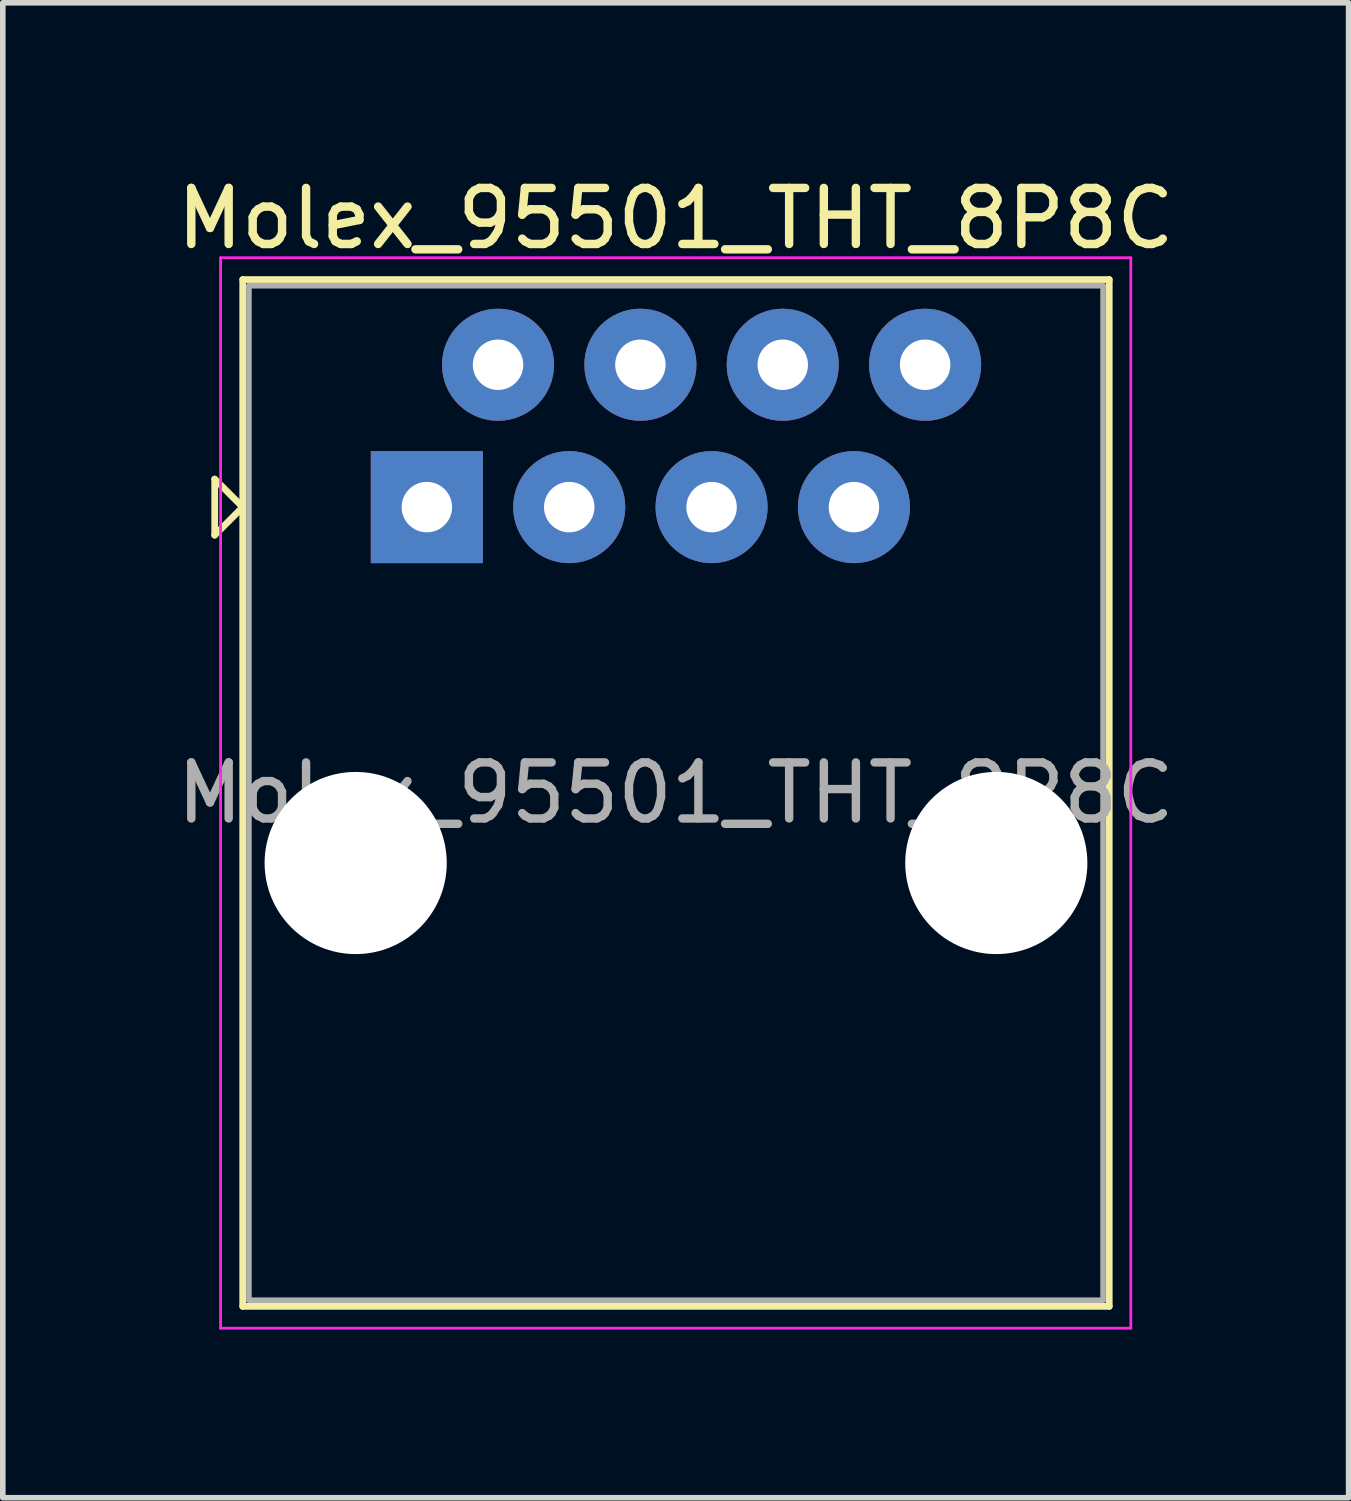
<source format=kicad_pcb>
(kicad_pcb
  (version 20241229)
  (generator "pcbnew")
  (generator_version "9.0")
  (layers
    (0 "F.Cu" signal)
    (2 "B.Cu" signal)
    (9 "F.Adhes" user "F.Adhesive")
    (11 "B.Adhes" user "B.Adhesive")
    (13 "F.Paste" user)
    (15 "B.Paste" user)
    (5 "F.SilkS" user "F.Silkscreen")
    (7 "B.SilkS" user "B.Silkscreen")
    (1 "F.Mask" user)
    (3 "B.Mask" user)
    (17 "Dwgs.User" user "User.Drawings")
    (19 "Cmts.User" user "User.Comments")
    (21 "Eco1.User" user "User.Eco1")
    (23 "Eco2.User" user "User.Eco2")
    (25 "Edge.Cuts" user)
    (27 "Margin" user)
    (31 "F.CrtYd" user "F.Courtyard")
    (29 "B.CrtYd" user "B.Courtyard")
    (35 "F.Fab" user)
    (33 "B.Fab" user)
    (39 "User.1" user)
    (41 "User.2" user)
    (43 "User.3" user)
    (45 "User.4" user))
  (footprint "Molex_95501_THT_8P8C"
    (layer "F.Cu")
    (at 4.566 5.998)
    (property "Reference" "Molex_95501_THT_8P8C" (at 4.44 -5.15 0) (layer "F.SilkS") (effects (font (size 1 1) (thickness 0.15))))
    (attr through_hole)
    (fp_line (start -3.785 -0.5) (end -3.785 0.5) (stroke (width 0.12) (type solid)) (layer "F.SilkS"))
    (fp_line (start -3.785 0.5) (end -3.285 0) (stroke (width 0.12) (type solid)) (layer "F.SilkS"))
    (fp_line (start -3.285 -4.06) (end -3.285 14.26) (stroke (width 0.12) (type solid)) (layer "F.SilkS"))
    (fp_line (start -3.285 0) (end -3.785 -0.5) (stroke (width 0.12) (type solid)) (layer "F.SilkS"))
    (fp_line (start -3.285 14.26) (end 12.175 14.26) (stroke (width 0.12) (type solid)) (layer "F.SilkS"))
    (fp_line (start 12.175 -4.06) (end -3.285 -4.06) (stroke (width 0.12) (type solid)) (layer "F.SilkS"))
    (fp_line (start 12.175 14.26) (end 12.175 -4.06) (stroke (width 0.12) (type solid)) (layer "F.SilkS"))
    (fp_line (start -3.68 -4.45) (end -3.68 14.65) (stroke (width 0.05) (type solid)) (layer "F.CrtYd"))
    (fp_line (start -3.68 14.65) (end 12.56 14.65) (stroke (width 0.05) (type solid)) (layer "F.CrtYd"))
    (fp_line (start 12.56 -4.45) (end -3.68 -4.45) (stroke (width 0.05) (type solid)) (layer "F.CrtYd"))
    (fp_line (start 12.56 14.65) (end 12.56 -4.45) (stroke (width 0.05) (type solid)) (layer "F.CrtYd"))
    (fp_line (start -3.175 -3.95) (end -3.175 14.15) (stroke (width 0.1) (type solid)) (layer "F.Fab"))
    (fp_line (start -3.175 14.15) (end 12.065 14.15) (stroke (width 0.1) (type solid)) (layer "F.Fab"))
    (fp_line (start 12.065 -3.95) (end -3.175 -3.95) (stroke (width 0.1) (type solid)) (layer "F.Fab"))
    (fp_line (start 12.065 14.15) (end 12.065 -3.95) (stroke (width 0.1) (type solid)) (layer "F.Fab"))
    (fp_text user "${REFERENCE}" (at 4.44 5.1 0) (layer "F.Fab") (effects (font (size 1 1) (thickness 0.15))))
    (pad "" np_thru_hole circle (at -1.27 6.35) (size 3.25 3.25) (drill 3.25) (layers "*.Cu" "*.Mask"))
    (pad "" np_thru_hole circle (at 10.16 6.35) (size 3.25 3.25) (drill 3.25) (layers "*.Cu" "*.Mask"))
    (pad "1" thru_hole rect (at 0 0) (size 2 2) (drill 0.9) (layers "*.Cu" "*.Mask"))
    (pad "2" thru_hole circle (at 1.27 -2.54) (size 2 2) (drill 0.9) (layers "*.Cu" "*.Mask"))
    (pad "3" thru_hole circle (at 2.54 0) (size 2 2) (drill 0.9) (layers "*.Cu" "*.Mask"))
    (pad "4" thru_hole circle (at 3.81 -2.54) (size 2 2) (drill 0.9) (layers "*.Cu" "*.Mask"))
    (pad "5" thru_hole circle (at 5.08 0) (size 2 2) (drill 0.9) (layers "*.Cu" "*.Mask"))
    (pad "6" thru_hole circle (at 6.35 -2.54) (size 2 2) (drill 0.9) (layers "*.Cu" "*.Mask"))
    (pad "7" thru_hole circle (at 7.62 0) (size 2 2) (drill 0.9) (layers "*.Cu" "*.Mask"))
    (pad "8" thru_hole circle (at 8.89 -2.54) (size 2 2) (drill 0.9) (layers "*.Cu" "*.Mask")))
  (gr_rect
    (start -3 -3)
    (end 21.012 23.673)
    (stroke (width 0.1) (type default))
    (fill no)
    (layer "Edge.Cuts")))
</source>
